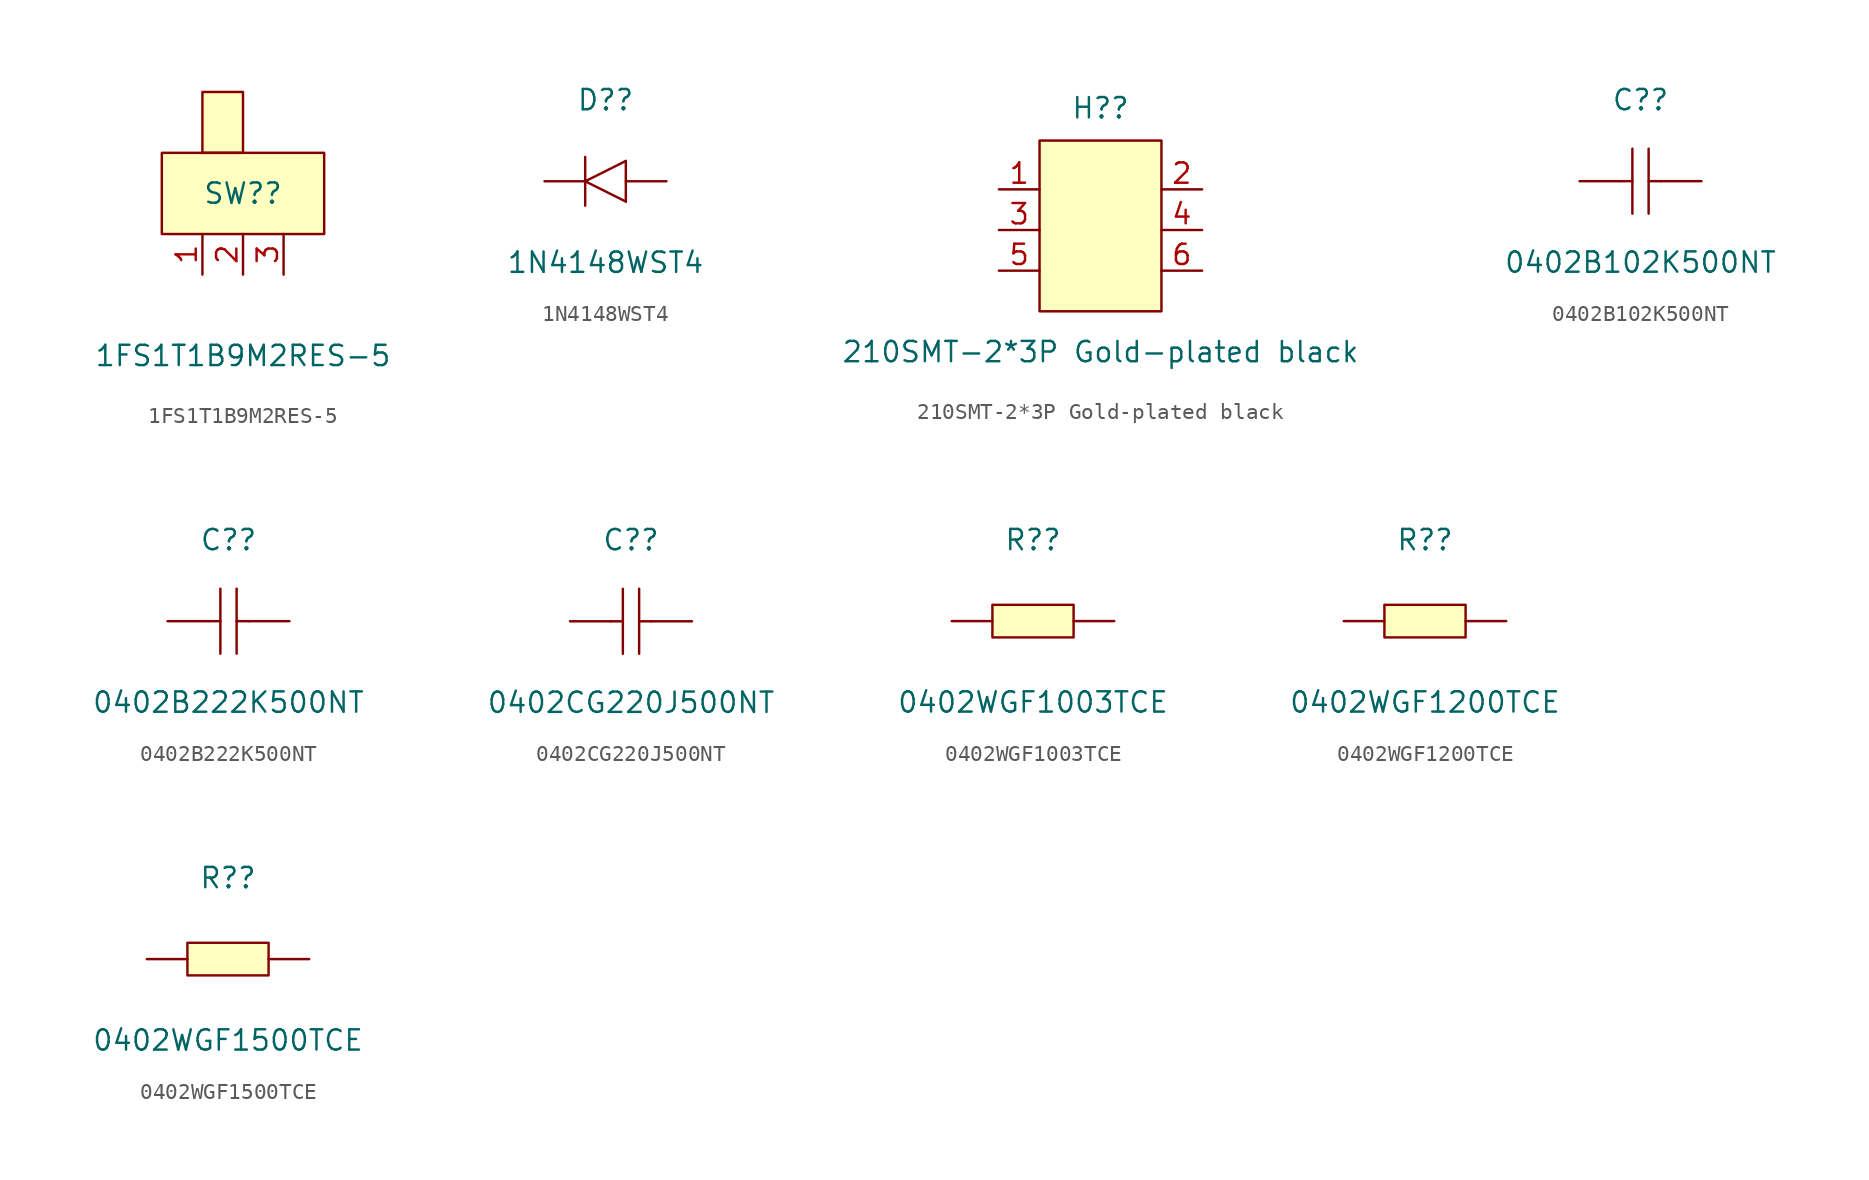
<source format=kicad_sym>
(kicad_symbol_lib
  (version 20211014)
  (generator kicad_symbol_editor)
  (symbol "1FS1T1B9M2RES-5"
    (pin_names hide)
    (property "Reference" "SW?"
      (at 0 0 0)
      (effects (font (size 1.27 1.27))))
    (property "Value" "1FS1T1B9M2RES-5"
      (at 0 -10.16 0)
      (effects (font (size 1.27 1.27))))
    (symbol "1FS1T1B9M2RES-5_0_1"
      (rectangle (start -5.08 2.54) (end 5.08 -2.54) (stroke (width 0) (type default) (color 0 0 0 0)) (fill (type background)))
      (rectangle (start -2.54 6.35) (end 0 2.54) (stroke (width 0) (type default) (color 0 0 0 0)) (fill (type background)))
      (pin passive line (at -2.54 -5.08 90) (length 2.54) (name "1" (effects (font (size 1.27 1.27)))) (number "1" (effects (font (size 1.27 1.27)))))
      (pin passive line (at 0 -5.08 90) (length 2.54) (name "2" (effects (font (size 1.27 1.27)))) (number "2" (effects (font (size 1.27 1.27)))))
      (pin passive line (at 2.54 -5.08 90) (length 2.54) (name "3" (effects (font (size 1.27 1.27)))) (number "3" (effects (font (size 1.27 1.27)))))))
  (symbol "1N4148WST4"
    (pin_numbers hide)
    (pin_names hide)
    (property "Reference" "D?"
      (at 0 5.08 0)
      (effects (font (size 1.27 1.27))))
    (property "Value" "1N4148WST4"
      (at 0 -5.08 0)
      (effects (font (size 1.27 1.27))))
    (symbol "1N4148WST4_0_1"
      (polyline (pts (xy -1.27 -1.524) (xy -1.27 1.524)) (stroke (width 0) (type default) (color 0 0 0 0)) (fill (type none)))
      (polyline (pts (xy 1.27 1.27) (xy 1.27 -1.27)) (stroke (width 0) (type default) (color 0 0 0 0)) (fill (type none)))
      (polyline (pts (xy 1.27 1.27) (xy -1.27 0) (xy 1.27 -1.27)) (stroke (width 0) (type default) (color 0 0 0 0)) (fill (type none)))
      (pin passive line (at -3.81 0 0) (length 2.54) (name "K" (effects (font (size 1.27 1.27)))) (number "1" (effects (font (size 1.27 1.27)))))
      (pin passive line (at 3.81 0 180) (length 2.54) (name "A" (effects (font (size 1.27 1.27)))) (number "2" (effects (font (size 1.27 1.27)))))))
  (symbol "210SMT-2*3P Gold-plated black"
    (pin_names hide)
    (property "Reference" "H?"
      (at 0 7.62 0)
      (effects (font (size 1.27 1.27))))
    (property "Value" "210SMT-2*3P Gold-plated black"
      (at 0 -7.62 0)
      (effects (font (size 1.27 1.27))))
    (symbol "210SMT-2*3P Gold-plated black_0_1"
      (rectangle (start -3.81 5.59) (end 3.81 -5.08) (stroke (width 0) (type default) (color 0 0 0 0)) (fill (type background)))
      (pin passive line (at -6.35 2.54 0) (length 2.54) (name "1" (effects (font (size 1.27 1.27)))) (number "1" (effects (font (size 1.27 1.27)))))
      (pin passive line (at 6.35 2.54 180) (length 2.54) (name "2" (effects (font (size 1.27 1.27)))) (number "2" (effects (font (size 1.27 1.27)))))
      (pin passive line (at -6.35 0 0) (length 2.54) (name "3" (effects (font (size 1.27 1.27)))) (number "3" (effects (font (size 1.27 1.27)))))
      (pin passive line (at 6.35 0 180) (length 2.54) (name "4" (effects (font (size 1.27 1.27)))) (number "4" (effects (font (size 1.27 1.27)))))
      (pin passive line (at -6.35 -2.54 0) (length 2.54) (name "5" (effects (font (size 1.27 1.27)))) (number "5" (effects (font (size 1.27 1.27)))))
      (pin passive line (at 6.35 -2.54 180) (length 2.54) (name "6" (effects (font (size 1.27 1.27)))) (number "6" (effects (font (size 1.27 1.27)))))))
  (symbol "0402B102K500NT"
    (pin_numbers hide)
    (pin_names hide)
    (property "Reference" "C?"
      (at 0 5.08 0)
      (effects (font (size 1.27 1.27))))
    (property "Value" "0402B102K500NT"
      (at 0 -5.08 0)
      (effects (font (size 1.27 1.27))))
    (symbol "0402B102K500NT_0_1"
      (polyline (pts (xy -1.27 0) (xy -0.508 0)) (stroke (width 0) (type default) (color 0 0 0 0)) (fill (type none)))
      (polyline (pts (xy -0.508 2.032) (xy -0.508 -2.032)) (stroke (width 0) (type default) (color 0 0 0 0)) (fill (type none)))
      (polyline (pts (xy 0.508 0) (xy 1.27 0)) (stroke (width 0) (type default) (color 0 0 0 0)) (fill (type none)))
      (polyline (pts (xy 0.508 2.032) (xy 0.508 -2.032)) (stroke (width 0) (type default) (color 0 0 0 0)) (fill (type none)))
      (pin passive line (at -3.81 0 0) (length 2.54) (name "1" (effects (font (size 1.27 1.27)))) (number "1" (effects (font (size 1.27 1.27)))))
      (pin passive line (at 3.81 0 180) (length 2.54) (name "2" (effects (font (size 1.27 1.27)))) (number "2" (effects (font (size 1.27 1.27)))))))
  (symbol "0402B222K500NT"
    (pin_numbers hide)
    (pin_names hide)
    (property "Reference" "C?"
      (at 0 5.08 0)
      (effects (font (size 1.27 1.27))))
    (property "Value" "0402B222K500NT"
      (at 0 -5.08 0)
      (effects (font (size 1.27 1.27))))
    (symbol "0402B222K500NT_0_1"
      (polyline (pts (xy -1.27 0) (xy -0.508 0)) (stroke (width 0) (type default) (color 0 0 0 0)) (fill (type none)))
      (polyline (pts (xy -0.508 2.032) (xy -0.508 -2.032)) (stroke (width 0) (type default) (color 0 0 0 0)) (fill (type none)))
      (polyline (pts (xy 0.508 0) (xy 1.27 0)) (stroke (width 0) (type default) (color 0 0 0 0)) (fill (type none)))
      (polyline (pts (xy 0.508 2.032) (xy 0.508 -2.032)) (stroke (width 0) (type default) (color 0 0 0 0)) (fill (type none)))
      (pin passive line (at -3.81 0 0) (length 2.54) (name "1" (effects (font (size 1.27 1.27)))) (number "1" (effects (font (size 1.27 1.27)))))
      (pin passive line (at 3.81 0 180) (length 2.54) (name "2" (effects (font (size 1.27 1.27)))) (number "2" (effects (font (size 1.27 1.27)))))))
  (symbol "0402CG220J500NT"
    (pin_numbers hide)
    (pin_names hide)
    (property "Reference" "C?"
      (at 0 5.08 0)
      (effects (font (size 1.27 1.27))))
    (property "Value" "0402CG220J500NT"
      (at 0 -5.08 0)
      (effects (font (size 1.27 1.27))))
    (symbol "0402CG220J500NT_0_1"
      (polyline (pts (xy -1.27 0) (xy -0.508 0)) (stroke (width 0) (type default) (color 0 0 0 0)) (fill (type none)))
      (polyline (pts (xy -0.508 2.032) (xy -0.508 -2.032)) (stroke (width 0) (type default) (color 0 0 0 0)) (fill (type none)))
      (polyline (pts (xy 0.508 0) (xy 1.27 0)) (stroke (width 0) (type default) (color 0 0 0 0)) (fill (type none)))
      (polyline (pts (xy 0.508 2.032) (xy 0.508 -2.032)) (stroke (width 0) (type default) (color 0 0 0 0)) (fill (type none)))
      (pin passive line (at -3.81 0 0) (length 2.54) (name "1" (effects (font (size 1.27 1.27)))) (number "1" (effects (font (size 1.27 1.27)))))
      (pin passive line (at 3.81 0 180) (length 2.54) (name "2" (effects (font (size 1.27 1.27)))) (number "2" (effects (font (size 1.27 1.27)))))))
  (symbol "0402WGF1003TCE"
    (pin_numbers hide)
    (pin_names hide)
    (property "Reference" "R?"
      (at 0 5.08 0)
      (effects (font (size 1.27 1.27))))
    (property "Value" "0402WGF1003TCE"
      (at 0 -5.08 0)
      (effects (font (size 1.27 1.27))))
    (symbol "0402WGF1003TCE_0_1"
      (rectangle (start -2.54 1.02) (end 2.54 -1.02) (stroke (width 0) (type default) (color 0 0 0 0)) (fill (type background)))
      (pin passive line (at -5.08 0 0) (length 2.54) (name "1" (effects (font (size 1.27 1.27)))) (number "1" (effects (font (size 1.27 1.27)))))
      (pin passive line (at 5.08 0 180) (length 2.54) (name "2" (effects (font (size 1.27 1.27)))) (number "2" (effects (font (size 1.27 1.27)))))))
  (symbol "0402WGF1200TCE"
    (pin_numbers hide)
    (pin_names hide)
    (property "Reference" "R?"
      (at 0 5.08 0)
      (effects (font (size 1.27 1.27))))
    (property "Value" "0402WGF1200TCE"
      (at 0 -5.08 0)
      (effects (font (size 1.27 1.27))))
    (symbol "0402WGF1200TCE_0_1"
      (rectangle (start -2.54 1.02) (end 2.54 -1.02) (stroke (width 0) (type default) (color 0 0 0 0)) (fill (type background)))
      (pin passive line (at -5.08 0 0) (length 2.54) (name "1" (effects (font (size 1.27 1.27)))) (number "1" (effects (font (size 1.27 1.27)))))
      (pin passive line (at 5.08 0 180) (length 2.54) (name "2" (effects (font (size 1.27 1.27)))) (number "2" (effects (font (size 1.27 1.27)))))))
  (symbol "0402WGF1500TCE"
    (pin_numbers hide)
    (pin_names hide)
    (property "Reference" "R?"
      (at 0 5.08 0)
      (effects (font (size 1.27 1.27))))
    (property "Value" "0402WGF1500TCE"
      (at 0 -5.08 0)
      (effects (font (size 1.27 1.27))))
    (symbol "0402WGF1500TCE_0_1"
      (rectangle (start -2.54 1.02) (end 2.54 -1.02) (stroke (width 0) (type default) (color 0 0 0 0)) (fill (type background)))
      (pin passive line (at -5.08 0 0) (length 2.54) (name "1" (effects (font (size 1.27 1.27)))) (number "1" (effects (font (size 1.27 1.27)))))
      (pin passive line (at 5.08 0 180) (length 2.54) (name "2" (effects (font (size 1.27 1.27)))) (number "2" (effects (font (size 1.27 1.27))))))))
</source>
